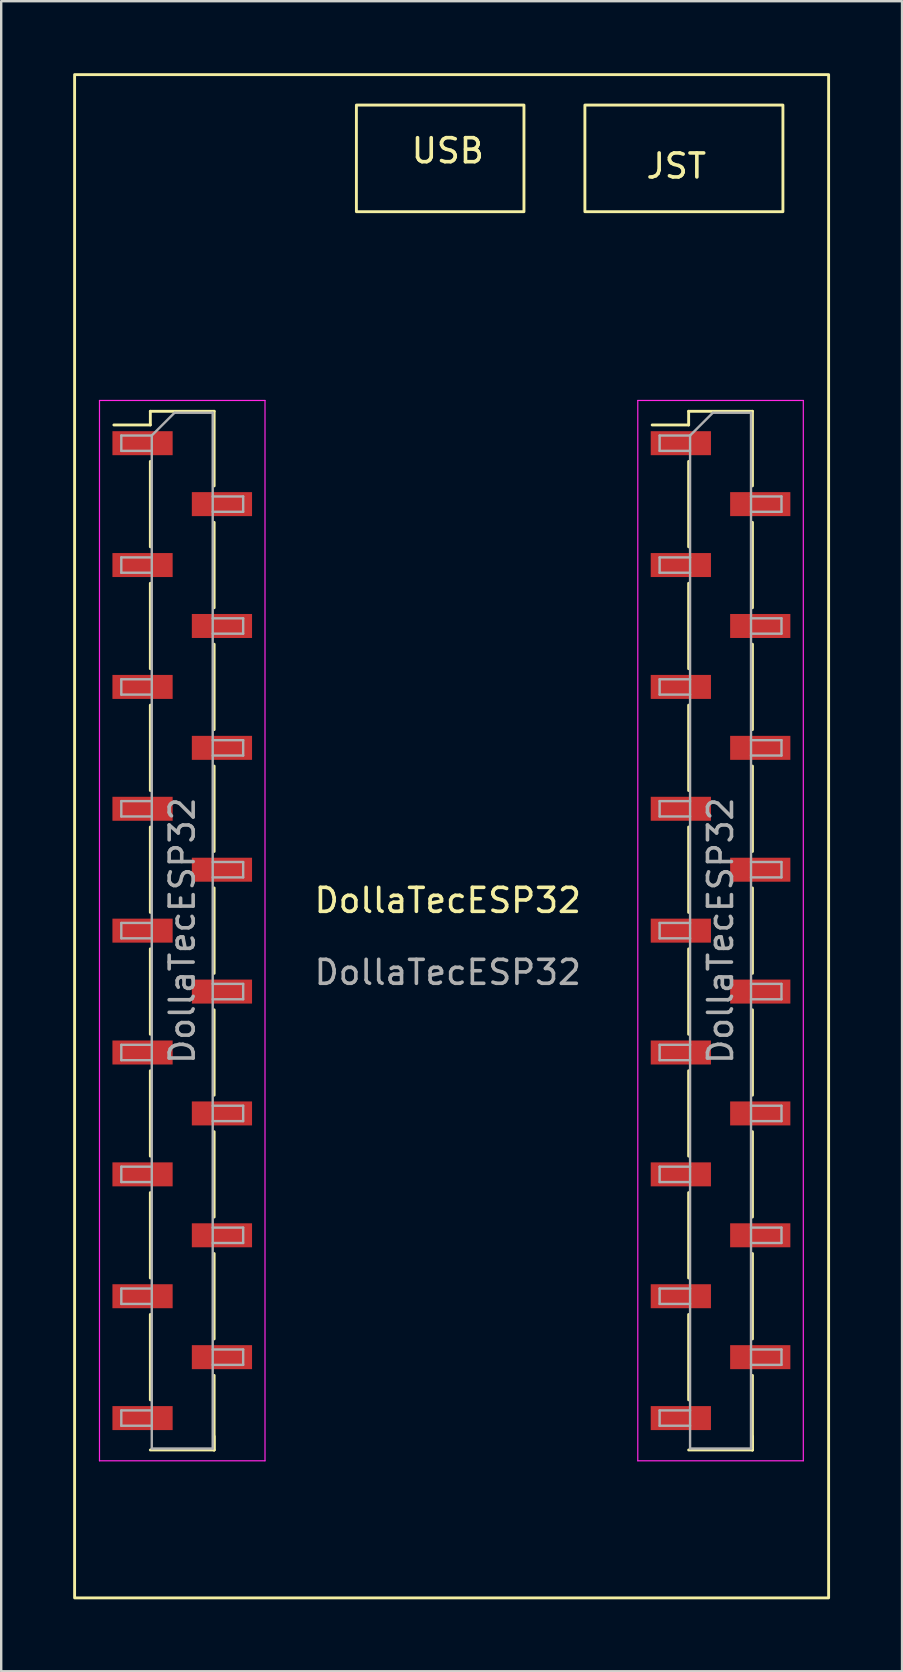
<source format=kicad_pcb>
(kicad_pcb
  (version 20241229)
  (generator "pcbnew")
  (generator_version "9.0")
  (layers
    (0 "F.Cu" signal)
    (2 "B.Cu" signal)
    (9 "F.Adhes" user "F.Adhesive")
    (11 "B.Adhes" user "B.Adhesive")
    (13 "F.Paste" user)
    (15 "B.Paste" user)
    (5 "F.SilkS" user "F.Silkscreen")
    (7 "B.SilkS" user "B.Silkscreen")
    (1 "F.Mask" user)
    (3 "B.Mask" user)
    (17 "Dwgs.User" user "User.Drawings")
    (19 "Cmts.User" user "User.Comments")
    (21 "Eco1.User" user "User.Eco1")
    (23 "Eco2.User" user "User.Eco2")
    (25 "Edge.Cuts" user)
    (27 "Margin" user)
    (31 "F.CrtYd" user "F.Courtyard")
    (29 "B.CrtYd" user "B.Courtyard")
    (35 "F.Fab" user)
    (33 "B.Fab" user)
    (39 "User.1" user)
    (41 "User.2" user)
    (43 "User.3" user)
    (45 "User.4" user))
  (footprint "DollaTecESP32"
    (layer "F.Cu")
    (at 15.617 34.985)
    (property "Reference" "DollaTecESP32" (at 0 -0.5 0) (unlocked yes) (layer "F.SilkS") (effects (font (size 1 1) (thickness 0.15))))
    (attr smd)
    (fp_line (start -12.4 -20.89) (end -12.4 -20.32) (stroke (width 0.12) (type solid)) (layer "F.SilkS"))
    (fp_line (start -12.4 -20.89) (end -9.74 -20.89) (stroke (width 0.12) (type solid)) (layer "F.SilkS"))
    (fp_line (start -12.4 -20.32) (end -13.92 -20.32) (stroke (width 0.12) (type solid)) (layer "F.SilkS"))
    (fp_line (start -12.4 -18.8) (end -12.4 -15.24) (stroke (width 0.12) (type solid)) (layer "F.SilkS"))
    (fp_line (start -12.4 -13.72) (end -12.4 -10.16) (stroke (width 0.12) (type solid)) (layer "F.SilkS"))
    (fp_line (start -12.4 -8.64) (end -12.4 -5.08) (stroke (width 0.12) (type solid)) (layer "F.SilkS"))
    (fp_line (start -12.4 -3.56) (end -12.4 0) (stroke (width 0.12) (type solid)) (layer "F.SilkS"))
    (fp_line (start -12.4 1.52) (end -12.4 5.08) (stroke (width 0.12) (type solid)) (layer "F.SilkS"))
    (fp_line (start -12.4 6.6) (end -12.4 10.16) (stroke (width 0.12) (type solid)) (layer "F.SilkS"))
    (fp_line (start -12.4 11.68) (end -12.4 15.24) (stroke (width 0.12) (type solid)) (layer "F.SilkS"))
    (fp_line (start -12.4 16.76) (end -12.4 20.32) (stroke (width 0.12) (type solid)) (layer "F.SilkS"))
    (fp_line (start -12.4 22.41) (end -9.74 22.41) (stroke (width 0.12) (type solid)) (layer "F.SilkS"))
    (fp_line (start -9.74 -20.89) (end -9.74 -17.78) (stroke (width 0.12) (type solid)) (layer "F.SilkS"))
    (fp_line (start -9.74 -16.26) (end -9.74 -12.7) (stroke (width 0.12) (type solid)) (layer "F.SilkS"))
    (fp_line (start -9.74 -11.18) (end -9.74 -7.62) (stroke (width 0.12) (type solid)) (layer "F.SilkS"))
    (fp_line (start -9.74 -6.1) (end -9.74 -2.54) (stroke (width 0.12) (type solid)) (layer "F.SilkS"))
    (fp_line (start -9.74 -1.02) (end -9.74 2.54) (stroke (width 0.12) (type solid)) (layer "F.SilkS"))
    (fp_line (start -9.74 4.06) (end -9.74 7.62) (stroke (width 0.12) (type solid)) (layer "F.SilkS"))
    (fp_line (start -9.74 9.14) (end -9.74 12.7) (stroke (width 0.12) (type solid)) (layer "F.SilkS"))
    (fp_line (start -9.74 14.22) (end -9.74 17.78) (stroke (width 0.12) (type solid)) (layer "F.SilkS"))
    (fp_line (start -9.74 19.3) (end -9.74 22.41) (stroke (width 0.12) (type solid)) (layer "F.SilkS"))
    (fp_line (start -9.74 21.84) (end -9.74 22.41) (stroke (width 0.12) (type solid)) (layer "F.SilkS"))
    (fp_line (start 10.04 -20.89) (end 10.04 -20.32) (stroke (width 0.12) (type solid)) (layer "F.SilkS"))
    (fp_line (start 10.04 -20.89) (end 12.7 -20.89) (stroke (width 0.12) (type solid)) (layer "F.SilkS"))
    (fp_line (start 10.04 -20.32) (end 8.52 -20.32) (stroke (width 0.12) (type solid)) (layer "F.SilkS"))
    (fp_line (start 10.04 -18.8) (end 10.04 -15.24) (stroke (width 0.12) (type solid)) (layer "F.SilkS"))
    (fp_line (start 10.04 -13.72) (end 10.04 -10.16) (stroke (width 0.12) (type solid)) (layer "F.SilkS"))
    (fp_line (start 10.04 -8.64) (end 10.04 -5.08) (stroke (width 0.12) (type solid)) (layer "F.SilkS"))
    (fp_line (start 10.04 -3.56) (end 10.04 0) (stroke (width 0.12) (type solid)) (layer "F.SilkS"))
    (fp_line (start 10.04 1.52) (end 10.04 5.08) (stroke (width 0.12) (type solid)) (layer "F.SilkS"))
    (fp_line (start 10.04 6.6) (end 10.04 10.16) (stroke (width 0.12) (type solid)) (layer "F.SilkS"))
    (fp_line (start 10.04 11.68) (end 10.04 15.24) (stroke (width 0.12) (type solid)) (layer "F.SilkS"))
    (fp_line (start 10.04 16.76) (end 10.04 20.32) (stroke (width 0.12) (type solid)) (layer "F.SilkS"))
    (fp_line (start 10.04 22.41) (end 12.7 22.41) (stroke (width 0.12) (type solid)) (layer "F.SilkS"))
    (fp_line (start 12.7 -20.89) (end 12.7 -17.78) (stroke (width 0.12) (type solid)) (layer "F.SilkS"))
    (fp_line (start 12.7 -16.26) (end 12.7 -12.7) (stroke (width 0.12) (type solid)) (layer "F.SilkS"))
    (fp_line (start 12.7 -11.18) (end 12.7 -7.62) (stroke (width 0.12) (type solid)) (layer "F.SilkS"))
    (fp_line (start 12.7 -6.1) (end 12.7 -2.54) (stroke (width 0.12) (type solid)) (layer "F.SilkS"))
    (fp_line (start 12.7 -1.02) (end 12.7 2.54) (stroke (width 0.12) (type solid)) (layer "F.SilkS"))
    (fp_line (start 12.7 4.06) (end 12.7 7.62) (stroke (width 0.12) (type solid)) (layer "F.SilkS"))
    (fp_line (start 12.7 9.14) (end 12.7 12.7) (stroke (width 0.12) (type solid)) (layer "F.SilkS"))
    (fp_line (start 12.7 14.22) (end 12.7 17.78) (stroke (width 0.12) (type solid)) (layer "F.SilkS"))
    (fp_line (start 12.7 19.3) (end 12.7 22.41) (stroke (width 0.12) (type solid)) (layer "F.SilkS"))
    (fp_line (start 12.7 21.84) (end 12.7 22.41) (stroke (width 0.12) (type solid)) (layer "F.SilkS"))
    (fp_rect (start -15.557 -34.925) (end 15.875 28.575) (stroke (width 0.12) (type solid)) (fill no) (layer "F.SilkS"))
    (fp_rect (start -3.81 -33.655) (end 3.175 -29.21) (stroke (width 0.12) (type solid)) (fill no) (layer "F.SilkS"))
    (fp_rect (start 5.715 -33.655) (end 13.97 -29.21) (stroke (width 0.12) (type solid)) (fill no) (layer "F.SilkS"))
    (fp_line (start -14.52 -21.34) (end -14.52 22.86) (stroke (width 0.05) (type solid)) (layer "F.CrtYd"))
    (fp_line (start -14.52 22.86) (end -7.62 22.86) (stroke (width 0.05) (type solid)) (layer "F.CrtYd"))
    (fp_line (start -7.62 -21.34) (end -14.52 -21.34) (stroke (width 0.05) (type solid)) (layer "F.CrtYd"))
    (fp_line (start -7.62 22.86) (end -7.62 -21.34) (stroke (width 0.05) (type solid)) (layer "F.CrtYd"))
    (fp_line (start 7.92 -21.34) (end 7.92 22.86) (stroke (width 0.05) (type solid)) (layer "F.CrtYd"))
    (fp_line (start 7.92 22.86) (end 14.82 22.86) (stroke (width 0.05) (type solid)) (layer "F.CrtYd"))
    (fp_line (start 14.82 -21.34) (end 7.92 -21.34) (stroke (width 0.05) (type solid)) (layer "F.CrtYd"))
    (fp_line (start 14.82 22.86) (end 14.82 -21.34) (stroke (width 0.05) (type solid)) (layer "F.CrtYd"))
    (fp_line (start -13.61 -19.88) (end -13.61 -19.24) (stroke (width 0.1) (type solid)) (layer "F.Fab"))
    (fp_line (start -13.61 -19.24) (end -12.34 -19.24) (stroke (width 0.1) (type solid)) (layer "F.Fab"))
    (fp_line (start -13.61 -14.8) (end -13.61 -14.16) (stroke (width 0.1) (type solid)) (layer "F.Fab"))
    (fp_line (start -13.61 -14.16) (end -12.34 -14.16) (stroke (width 0.1) (type solid)) (layer "F.Fab"))
    (fp_line (start -13.61 -9.72) (end -13.61 -9.08) (stroke (width 0.1) (type solid)) (layer "F.Fab"))
    (fp_line (start -13.61 -9.08) (end -12.34 -9.08) (stroke (width 0.1) (type solid)) (layer "F.Fab"))
    (fp_line (start -13.61 -4.64) (end -13.61 -4) (stroke (width 0.1) (type solid)) (layer "F.Fab"))
    (fp_line (start -13.61 -4) (end -12.34 -4) (stroke (width 0.1) (type solid)) (layer "F.Fab"))
    (fp_line (start -13.61 0.44) (end -13.61 1.08) (stroke (width 0.1) (type solid)) (layer "F.Fab"))
    (fp_line (start -13.61 1.08) (end -12.34 1.08) (stroke (width 0.1) (type solid)) (layer "F.Fab"))
    (fp_line (start -13.61 5.52) (end -13.61 6.16) (stroke (width 0.1) (type solid)) (layer "F.Fab"))
    (fp_line (start -13.61 6.16) (end -12.34 6.16) (stroke (width 0.1) (type solid)) (layer "F.Fab"))
    (fp_line (start -13.61 10.6) (end -13.61 11.24) (stroke (width 0.1) (type solid)) (layer "F.Fab"))
    (fp_line (start -13.61 11.24) (end -12.34 11.24) (stroke (width 0.1) (type solid)) (layer "F.Fab"))
    (fp_line (start -13.61 15.68) (end -13.61 16.32) (stroke (width 0.1) (type solid)) (layer "F.Fab"))
    (fp_line (start -13.61 16.32) (end -12.34 16.32) (stroke (width 0.1) (type solid)) (layer "F.Fab"))
    (fp_line (start -13.61 20.76) (end -13.61 21.4) (stroke (width 0.1) (type solid)) (layer "F.Fab"))
    (fp_line (start -13.61 21.4) (end -12.34 21.4) (stroke (width 0.1) (type solid)) (layer "F.Fab"))
    (fp_line (start -12.34 -19.88) (end -13.61 -19.88) (stroke (width 0.1) (type solid)) (layer "F.Fab"))
    (fp_line (start -12.34 -19.88) (end -11.39 -20.83) (stroke (width 0.1) (type solid)) (layer "F.Fab"))
    (fp_line (start -12.34 -14.8) (end -13.61 -14.8) (stroke (width 0.1) (type solid)) (layer "F.Fab"))
    (fp_line (start -12.34 -9.72) (end -13.61 -9.72) (stroke (width 0.1) (type solid)) (layer "F.Fab"))
    (fp_line (start -12.34 -4.64) (end -13.61 -4.64) (stroke (width 0.1) (type solid)) (layer "F.Fab"))
    (fp_line (start -12.34 0.44) (end -13.61 0.44) (stroke (width 0.1) (type solid)) (layer "F.Fab"))
    (fp_line (start -12.34 5.52) (end -13.61 5.52) (stroke (width 0.1) (type solid)) (layer "F.Fab"))
    (fp_line (start -12.34 10.6) (end -13.61 10.6) (stroke (width 0.1) (type solid)) (layer "F.Fab"))
    (fp_line (start -12.34 15.68) (end -13.61 15.68) (stroke (width 0.1) (type solid)) (layer "F.Fab"))
    (fp_line (start -12.34 20.76) (end -13.61 20.76) (stroke (width 0.1) (type solid)) (layer "F.Fab"))
    (fp_line (start -12.34 22.35) (end -12.34 -19.88) (stroke (width 0.1) (type solid)) (layer "F.Fab"))
    (fp_line (start -11.39 -20.83) (end -9.8 -20.83) (stroke (width 0.1) (type solid)) (layer "F.Fab"))
    (fp_line (start -9.8 -20.83) (end -9.8 22.35) (stroke (width 0.1) (type solid)) (layer "F.Fab"))
    (fp_line (start -9.8 -17.34) (end -8.53 -17.34) (stroke (width 0.1) (type solid)) (layer "F.Fab"))
    (fp_line (start -9.8 -12.26) (end -8.53 -12.26) (stroke (width 0.1) (type solid)) (layer "F.Fab"))
    (fp_line (start -9.8 -7.18) (end -8.53 -7.18) (stroke (width 0.1) (type solid)) (layer "F.Fab"))
    (fp_line (start -9.8 -2.1) (end -8.53 -2.1) (stroke (width 0.1) (type solid)) (layer "F.Fab"))
    (fp_line (start -9.8 2.98) (end -8.53 2.98) (stroke (width 0.1) (type solid)) (layer "F.Fab"))
    (fp_line (start -9.8 8.06) (end -8.53 8.06) (stroke (width 0.1) (type solid)) (layer "F.Fab"))
    (fp_line (start -9.8 13.14) (end -8.53 13.14) (stroke (width 0.1) (type solid)) (layer "F.Fab"))
    (fp_line (start -9.8 18.22) (end -8.53 18.22) (stroke (width 0.1) (type solid)) (layer "F.Fab"))
    (fp_line (start -9.8 22.35) (end -12.34 22.35) (stroke (width 0.1) (type solid)) (layer "F.Fab"))
    (fp_line (start -8.53 -17.34) (end -8.53 -16.7) (stroke (width 0.1) (type solid)) (layer "F.Fab"))
    (fp_line (start -8.53 -16.7) (end -9.8 -16.7) (stroke (width 0.1) (type solid)) (layer "F.Fab"))
    (fp_line (start -8.53 -12.26) (end -8.53 -11.62) (stroke (width 0.1) (type solid)) (layer "F.Fab"))
    (fp_line (start -8.53 -11.62) (end -9.8 -11.62) (stroke (width 0.1) (type solid)) (layer "F.Fab"))
    (fp_line (start -8.53 -7.18) (end -8.53 -6.54) (stroke (width 0.1) (type solid)) (layer "F.Fab"))
    (fp_line (start -8.53 -6.54) (end -9.8 -6.54) (stroke (width 0.1) (type solid)) (layer "F.Fab"))
    (fp_line (start -8.53 -2.1) (end -8.53 -1.46) (stroke (width 0.1) (type solid)) (layer "F.Fab"))
    (fp_line (start -8.53 -1.46) (end -9.8 -1.46) (stroke (width 0.1) (type solid)) (layer "F.Fab"))
    (fp_line (start -8.53 2.98) (end -8.53 3.62) (stroke (width 0.1) (type solid)) (layer "F.Fab"))
    (fp_line (start -8.53 3.62) (end -9.8 3.62) (stroke (width 0.1) (type solid)) (layer "F.Fab"))
    (fp_line (start -8.53 8.06) (end -8.53 8.7) (stroke (width 0.1) (type solid)) (layer "F.Fab"))
    (fp_line (start -8.53 8.7) (end -9.8 8.7) (stroke (width 0.1) (type solid)) (layer "F.Fab"))
    (fp_line (start -8.53 13.14) (end -8.53 13.78) (stroke (width 0.1) (type solid)) (layer "F.Fab"))
    (fp_line (start -8.53 13.78) (end -9.8 13.78) (stroke (width 0.1) (type solid)) (layer "F.Fab"))
    (fp_line (start -8.53 18.22) (end -8.53 18.86) (stroke (width 0.1) (type solid)) (layer "F.Fab"))
    (fp_line (start -8.53 18.86) (end -9.8 18.86) (stroke (width 0.1) (type solid)) (layer "F.Fab"))
    (fp_line (start 8.83 -19.88) (end 8.83 -19.24) (stroke (width 0.1) (type solid)) (layer "F.Fab"))
    (fp_line (start 8.83 -19.24) (end 10.1 -19.24) (stroke (width 0.1) (type solid)) (layer "F.Fab"))
    (fp_line (start 8.83 -14.8) (end 8.83 -14.16) (stroke (width 0.1) (type solid)) (layer "F.Fab"))
    (fp_line (start 8.83 -14.16) (end 10.1 -14.16) (stroke (width 0.1) (type solid)) (layer "F.Fab"))
    (fp_line (start 8.83 -9.72) (end 8.83 -9.08) (stroke (width 0.1) (type solid)) (layer "F.Fab"))
    (fp_line (start 8.83 -9.08) (end 10.1 -9.08) (stroke (width 0.1) (type solid)) (layer "F.Fab"))
    (fp_line (start 8.83 -4.64) (end 8.83 -4) (stroke (width 0.1) (type solid)) (layer "F.Fab"))
    (fp_line (start 8.83 -4) (end 10.1 -4) (stroke (width 0.1) (type solid)) (layer "F.Fab"))
    (fp_line (start 8.83 0.44) (end 8.83 1.08) (stroke (width 0.1) (type solid)) (layer "F.Fab"))
    (fp_line (start 8.83 1.08) (end 10.1 1.08) (stroke (width 0.1) (type solid)) (layer "F.Fab"))
    (fp_line (start 8.83 5.52) (end 8.83 6.16) (stroke (width 0.1) (type solid)) (layer "F.Fab"))
    (fp_line (start 8.83 6.16) (end 10.1 6.16) (stroke (width 0.1) (type solid)) (layer "F.Fab"))
    (fp_line (start 8.83 10.6) (end 8.83 11.24) (stroke (width 0.1) (type solid)) (layer "F.Fab"))
    (fp_line (start 8.83 11.24) (end 10.1 11.24) (stroke (width 0.1) (type solid)) (layer "F.Fab"))
    (fp_line (start 8.83 15.68) (end 8.83 16.32) (stroke (width 0.1) (type solid)) (layer "F.Fab"))
    (fp_line (start 8.83 16.32) (end 10.1 16.32) (stroke (width 0.1) (type solid)) (layer "F.Fab"))
    (fp_line (start 8.83 20.76) (end 8.83 21.4) (stroke (width 0.1) (type solid)) (layer "F.Fab"))
    (fp_line (start 8.83 21.4) (end 10.1 21.4) (stroke (width 0.1) (type solid)) (layer "F.Fab"))
    (fp_line (start 10.1 -19.88) (end 8.83 -19.88) (stroke (width 0.1) (type solid)) (layer "F.Fab"))
    (fp_line (start 10.1 -19.88) (end 11.05 -20.83) (stroke (width 0.1) (type solid)) (layer "F.Fab"))
    (fp_line (start 10.1 -14.8) (end 8.83 -14.8) (stroke (width 0.1) (type solid)) (layer "F.Fab"))
    (fp_line (start 10.1 -9.72) (end 8.83 -9.72) (stroke (width 0.1) (type solid)) (layer "F.Fab"))
    (fp_line (start 10.1 -4.64) (end 8.83 -4.64) (stroke (width 0.1) (type solid)) (layer "F.Fab"))
    (fp_line (start 10.1 0.44) (end 8.83 0.44) (stroke (width 0.1) (type solid)) (layer "F.Fab"))
    (fp_line (start 10.1 5.52) (end 8.83 5.52) (stroke (width 0.1) (type solid)) (layer "F.Fab"))
    (fp_line (start 10.1 10.6) (end 8.83 10.6) (stroke (width 0.1) (type solid)) (layer "F.Fab"))
    (fp_line (start 10.1 15.68) (end 8.83 15.68) (stroke (width 0.1) (type solid)) (layer "F.Fab"))
    (fp_line (start 10.1 20.76) (end 8.83 20.76) (stroke (width 0.1) (type solid)) (layer "F.Fab"))
    (fp_line (start 10.1 22.35) (end 10.1 -19.88) (stroke (width 0.1) (type solid)) (layer "F.Fab"))
    (fp_line (start 11.05 -20.83) (end 12.64 -20.83) (stroke (width 0.1) (type solid)) (layer "F.Fab"))
    (fp_line (start 12.64 -20.83) (end 12.64 22.35) (stroke (width 0.1) (type solid)) (layer "F.Fab"))
    (fp_line (start 12.64 -17.34) (end 13.91 -17.34) (stroke (width 0.1) (type solid)) (layer "F.Fab"))
    (fp_line (start 12.64 -12.26) (end 13.91 -12.26) (stroke (width 0.1) (type solid)) (layer "F.Fab"))
    (fp_line (start 12.64 -7.18) (end 13.91 -7.18) (stroke (width 0.1) (type solid)) (layer "F.Fab"))
    (fp_line (start 12.64 -2.1) (end 13.91 -2.1) (stroke (width 0.1) (type solid)) (layer "F.Fab"))
    (fp_line (start 12.64 2.98) (end 13.91 2.98) (stroke (width 0.1) (type solid)) (layer "F.Fab"))
    (fp_line (start 12.64 8.06) (end 13.91 8.06) (stroke (width 0.1) (type solid)) (layer "F.Fab"))
    (fp_line (start 12.64 13.14) (end 13.91 13.14) (stroke (width 0.1) (type solid)) (layer "F.Fab"))
    (fp_line (start 12.64 18.22) (end 13.91 18.22) (stroke (width 0.1) (type solid)) (layer "F.Fab"))
    (fp_line (start 12.64 22.35) (end 10.1 22.35) (stroke (width 0.1) (type solid)) (layer "F.Fab"))
    (fp_line (start 13.91 -17.34) (end 13.91 -16.7) (stroke (width 0.1) (type solid)) (layer "F.Fab"))
    (fp_line (start 13.91 -16.7) (end 12.64 -16.7) (stroke (width 0.1) (type solid)) (layer "F.Fab"))
    (fp_line (start 13.91 -12.26) (end 13.91 -11.62) (stroke (width 0.1) (type solid)) (layer "F.Fab"))
    (fp_line (start 13.91 -11.62) (end 12.64 -11.62) (stroke (width 0.1) (type solid)) (layer "F.Fab"))
    (fp_line (start 13.91 -7.18) (end 13.91 -6.54) (stroke (width 0.1) (type solid)) (layer "F.Fab"))
    (fp_line (start 13.91 -6.54) (end 12.64 -6.54) (stroke (width 0.1) (type solid)) (layer "F.Fab"))
    (fp_line (start 13.91 -2.1) (end 13.91 -1.46) (stroke (width 0.1) (type solid)) (layer "F.Fab"))
    (fp_line (start 13.91 -1.46) (end 12.64 -1.46) (stroke (width 0.1) (type solid)) (layer "F.Fab"))
    (fp_line (start 13.91 2.98) (end 13.91 3.62) (stroke (width 0.1) (type solid)) (layer "F.Fab"))
    (fp_line (start 13.91 3.62) (end 12.64 3.62) (stroke (width 0.1) (type solid)) (layer "F.Fab"))
    (fp_line (start 13.91 8.06) (end 13.91 8.7) (stroke (width 0.1) (type solid)) (layer "F.Fab"))
    (fp_line (start 13.91 8.7) (end 12.64 8.7) (stroke (width 0.1) (type solid)) (layer "F.Fab"))
    (fp_line (start 13.91 13.14) (end 13.91 13.78) (stroke (width 0.1) (type solid)) (layer "F.Fab"))
    (fp_line (start 13.91 13.78) (end 12.64 13.78) (stroke (width 0.1) (type solid)) (layer "F.Fab"))
    (fp_line (start 13.91 18.22) (end 13.91 18.86) (stroke (width 0.1) (type solid)) (layer "F.Fab"))
    (fp_line (start 13.91 18.86) (end 12.64 18.86) (stroke (width 0.1) (type solid)) (layer "F.Fab"))
    (fp_text user "USB" (at 0 -31.75 0) (unlocked yes) (layer "F.SilkS") (effects (font (size 1 1) (thickness 0.15))))
    (fp_text user "JST" (at 9.525 -31.115 0) (unlocked yes) (layer "F.SilkS") (effects (font (size 1 1) (thickness 0.15))))
    (fp_text user "${REFERENCE}" (at 11.37 0.76 90) (layer "F.Fab") (effects (font (size 1 1) (thickness 0.15))))
    (fp_text user "${REFERENCE}" (at 0 2.5 0) (unlocked yes) (layer "F.Fab") (effects (font (size 1 1) (thickness 0.15))))
    (fp_text user "${REFERENCE}" (at -11.07 0.76 90) (layer "F.Fab") (effects (font (size 1 1) (thickness 0.15))))
    (pad "1" smd rect (at -12.725 -19.56) (size 2.51 1) (layers "F.Cu" "F.Mask" "F.Paste"))
    (pad "2" smd rect (at -9.415 -17.02) (size 2.51 1) (layers "F.Cu" "F.Mask" "F.Paste"))
    (pad "3" smd rect (at -12.725 -14.48) (size 2.51 1) (layers "F.Cu" "F.Mask" "F.Paste"))
    (pad "4" smd rect (at -9.415 -11.94) (size 2.51 1) (layers "F.Cu" "F.Mask" "F.Paste"))
    (pad "5" smd rect (at -12.725 -9.4) (size 2.51 1) (layers "F.Cu" "F.Mask" "F.Paste"))
    (pad "6" smd rect (at -9.415 -6.86) (size 2.51 1) (layers "F.Cu" "F.Mask" "F.Paste"))
    (pad "7" smd rect (at -12.725 -4.32) (size 2.51 1) (layers "F.Cu" "F.Mask" "F.Paste"))
    (pad "8" smd rect (at -9.415 -1.78) (size 2.51 1) (layers "F.Cu" "F.Mask" "F.Paste"))
    (pad "9" smd rect (at -12.725 0.76) (size 2.51 1) (layers "F.Cu" "F.Mask" "F.Paste"))
    (pad "10" smd rect (at -9.415 3.3) (size 2.51 1) (layers "F.Cu" "F.Mask" "F.Paste"))
    (pad "11" smd rect (at -12.725 5.84) (size 2.51 1) (layers "F.Cu" "F.Mask" "F.Paste"))
    (pad "12" smd rect (at -9.415 8.38) (size 2.51 1) (layers "F.Cu" "F.Mask" "F.Paste"))
    (pad "13" smd rect (at -12.725 10.92) (size 2.51 1) (layers "F.Cu" "F.Mask" "F.Paste"))
    (pad "14" smd rect (at -9.415 13.46) (size 2.51 1) (layers "F.Cu" "F.Mask" "F.Paste"))
    (pad "15" smd rect (at -12.725 16) (size 2.51 1) (layers "F.Cu" "F.Mask" "F.Paste"))
    (pad "16" smd rect (at -9.415 18.54) (size 2.51 1) (layers "F.Cu" "F.Mask" "F.Paste"))
    (pad "17" smd rect (at -12.725 21.08) (size 2.51 1) (layers "F.Cu" "F.Mask" "F.Paste"))
    (pad "18" smd rect (at 9.715 21.08) (size 2.51 1) (layers "F.Cu" "F.Mask" "F.Paste"))
    (pad "19" smd rect (at 13.025 18.54) (size 2.51 1) (layers "F.Cu" "F.Mask" "F.Paste"))
    (pad "20" smd rect (at 9.715 16) (size 2.51 1) (layers "F.Cu" "F.Mask" "F.Paste"))
    (pad "21" smd rect (at 13.025 13.46) (size 2.51 1) (layers "F.Cu" "F.Mask" "F.Paste"))
    (pad "22" smd rect (at 9.715 10.92) (size 2.51 1) (layers "F.Cu" "F.Mask" "F.Paste"))
    (pad "23" smd rect (at 13.025 8.38) (size 2.51 1) (layers "F.Cu" "F.Mask" "F.Paste"))
    (pad "24" smd rect (at 9.715 5.84) (size 2.51 1) (layers "F.Cu" "F.Mask" "F.Paste"))
    (pad "25" smd rect (at 13.025 3.3) (size 2.51 1) (layers "F.Cu" "F.Mask" "F.Paste"))
    (pad "26" smd rect (at 9.715 0.76) (size 2.51 1) (layers "F.Cu" "F.Mask" "F.Paste"))
    (pad "27" smd rect (at 13.025 -1.78) (size 2.51 1) (layers "F.Cu" "F.Mask" "F.Paste"))
    (pad "28" smd rect (at 9.715 -4.32) (size 2.51 1) (layers "F.Cu" "F.Mask" "F.Paste"))
    (pad "29" smd rect (at 13.025 -6.86) (size 2.51 1) (layers "F.Cu" "F.Mask" "F.Paste"))
    (pad "30" smd rect (at 9.715 -9.4) (size 2.51 1) (layers "F.Cu" "F.Mask" "F.Paste"))
    (pad "31" smd rect (at 13.025 -11.94) (size 2.51 1) (layers "F.Cu" "F.Mask" "F.Paste"))
    (pad "32" smd rect (at 9.715 -14.48) (size 2.51 1) (layers "F.Cu" "F.Mask" "F.Paste"))
    (pad "33" smd rect (at 13.025 -17.02) (size 2.51 1) (layers "F.Cu" "F.Mask" "F.Paste"))
    (pad "34" smd rect (at 9.715 -19.56) (size 2.51 1) (layers "F.Cu" "F.Mask" "F.Paste")))
  (gr_rect
    (start -3 -3)
    (end 34.553 66.62)
    (stroke (width 0.1) (type default))
    (fill no)
    (layer "Edge.Cuts")))
</source>
